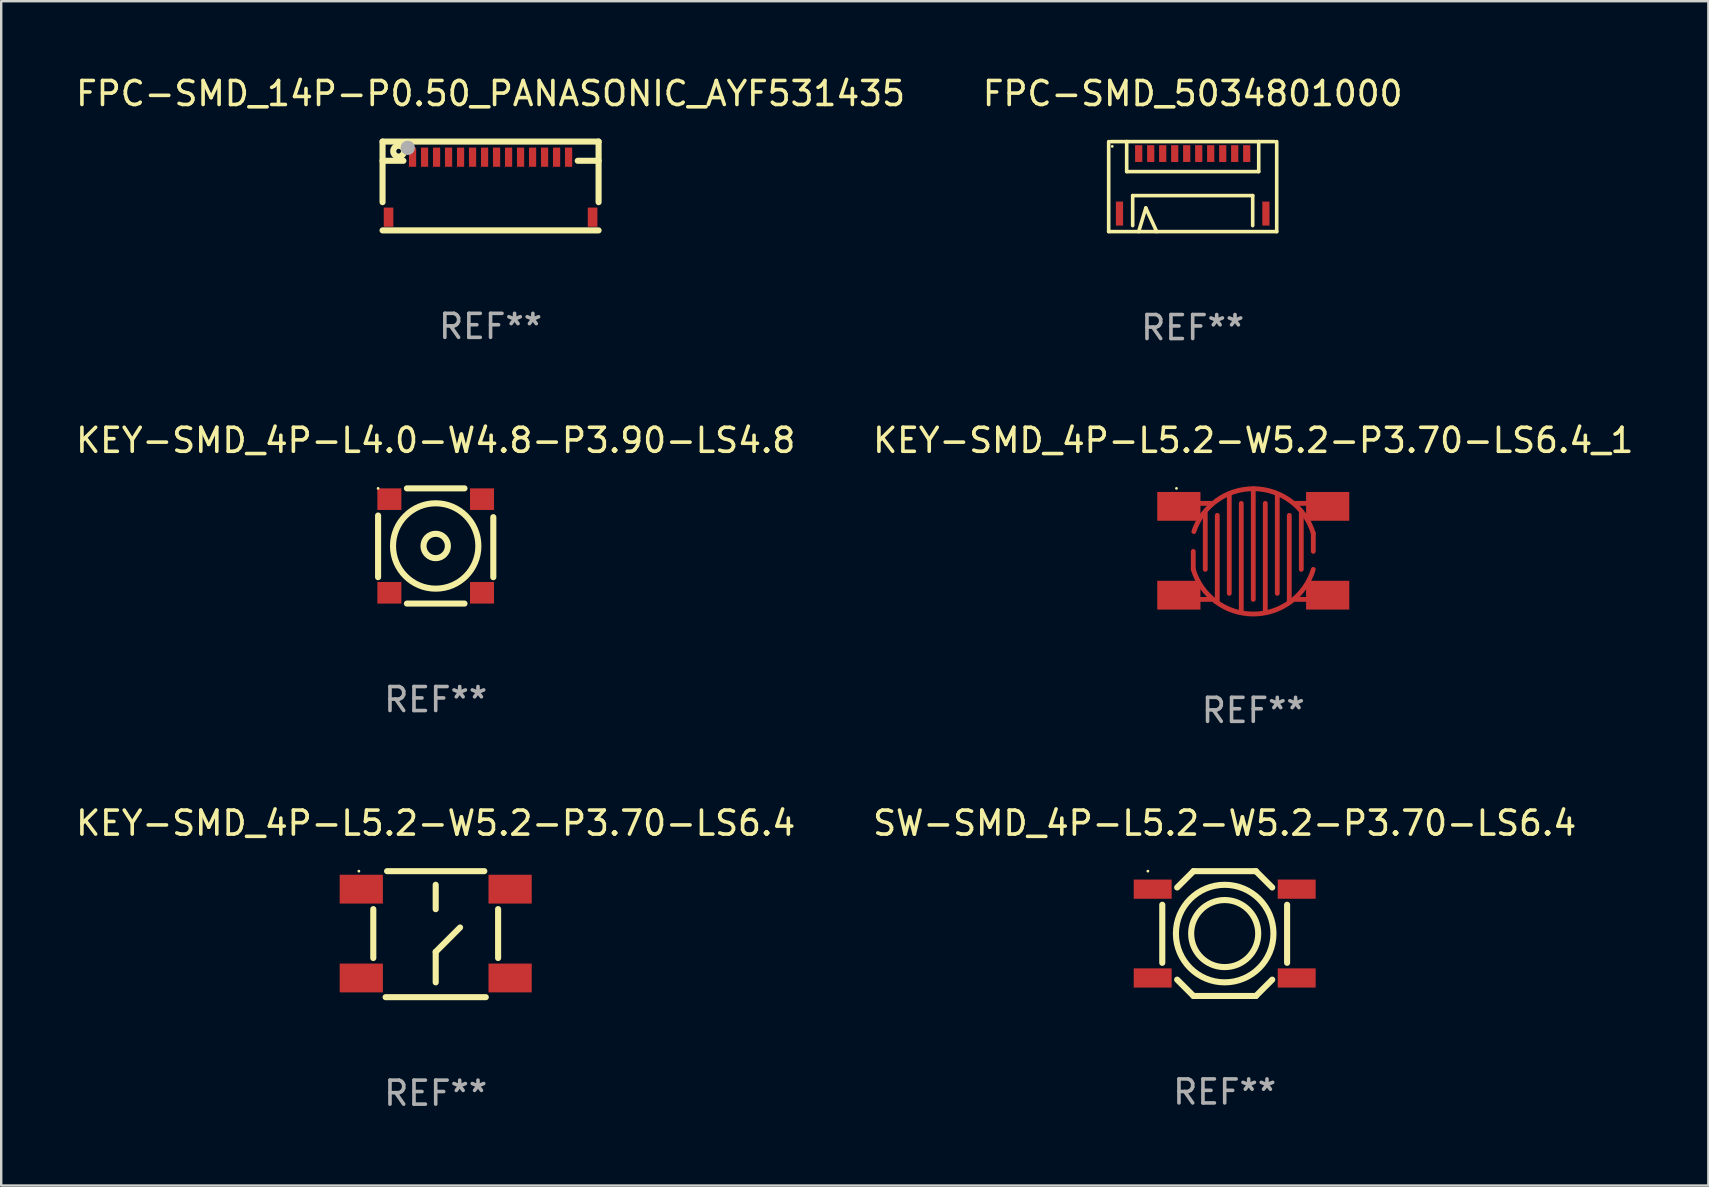
<source format=kicad_pcb>
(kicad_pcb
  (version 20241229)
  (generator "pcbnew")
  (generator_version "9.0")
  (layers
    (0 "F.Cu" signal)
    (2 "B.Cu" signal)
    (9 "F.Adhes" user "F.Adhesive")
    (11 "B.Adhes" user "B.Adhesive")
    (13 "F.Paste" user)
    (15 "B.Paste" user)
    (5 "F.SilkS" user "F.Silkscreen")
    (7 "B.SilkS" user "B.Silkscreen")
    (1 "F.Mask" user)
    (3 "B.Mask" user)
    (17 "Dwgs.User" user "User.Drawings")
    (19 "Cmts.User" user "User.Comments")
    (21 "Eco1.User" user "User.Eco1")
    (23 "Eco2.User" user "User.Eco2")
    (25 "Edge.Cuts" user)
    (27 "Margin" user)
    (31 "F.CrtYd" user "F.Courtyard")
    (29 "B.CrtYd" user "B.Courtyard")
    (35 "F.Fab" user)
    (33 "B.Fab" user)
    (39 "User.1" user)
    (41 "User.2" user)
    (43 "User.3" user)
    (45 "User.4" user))
  (footprint "FPC-SMD_5034801000"
    (layer "F.Cu")
    (at 46.637 4.723)
    (property "Reference" "FPC-SMD_5034801000" (at 0 -3.875 0) (layer "F.SilkS") (effects (font (size 1 1) (thickness 0.15))))
    (attr through_hole)
    (fp_line (start -3.5 -1.875) (end -3.5 1.875) (stroke (width 0.15) (type solid)) (layer "F.SilkS"))
    (fp_line (start -3.5 1.875) (end 3.5 1.875) (stroke (width 0.15) (type solid)) (layer "F.SilkS"))
    (fp_line (start -3.4 -1.875) (end 3.4 -1.875) (stroke (width 0.15) (type solid)) (layer "F.SilkS"))
    (fp_line (start -2.75 -1.875) (end -2.75 -0.625) (stroke (width 0.15) (type solid)) (layer "F.SilkS"))
    (fp_line (start -2.75 -0.625) (end 2.75 -0.625) (stroke (width 0.15) (type solid)) (layer "F.SilkS"))
    (fp_line (start -2.5 0.375) (end -2.5 1.625) (stroke (width 0.15) (type solid)) (layer "F.SilkS"))
    (fp_line (start -2.5 0.375) (end 2.5 0.375) (stroke (width 0.15) (type solid)) (layer "F.SilkS"))
    (fp_line (start -1.953 0.891) (end -2.25 1.875) (stroke (width 0.15) (type solid)) (layer "F.SilkS"))
    (fp_line (start -1.5 1.875) (end -1.953 0.891) (stroke (width 0.15) (type solid)) (layer "F.SilkS"))
    (fp_line (start 2.5 0.375) (end 2.5 1.625) (stroke (width 0.15) (type solid)) (layer "F.SilkS"))
    (fp_line (start 2.75 -0.625) (end 2.75 -1.875) (stroke (width 0.15) (type solid)) (layer "F.SilkS"))
    (fp_line (start 3.5 -1.875) (end 3.5 1.875) (stroke (width 0.15) (type solid)) (layer "F.SilkS"))
    (fp_circle (center -3.351 -1.675) (end -3.321 -1.675) (stroke (width 0.06) (type solid)) (fill no) (layer "F.SilkS"))
    (fp_text user "REF**" (at 0 5.875 0) (layer "F.Fab") (effects (font (size 1 1) (thickness 0.15))))
    (pad "1" smd rect (at -2.25 -1.375 180) (size 0.3 0.7) (layers "F.Cu" "F.Mask" "F.Paste"))
    (pad "2" smd rect (at -1.749 -1.375 180) (size 0.3 0.7) (layers "F.Cu" "F.Mask" "F.Paste"))
    (pad "3" smd rect (at -1.25 -1.375 180) (size 0.3 0.7) (layers "F.Cu" "F.Mask" "F.Paste"))
    (pad "4" smd rect (at -0.749 -1.375 180) (size 0.3 0.7) (layers "F.Cu" "F.Mask" "F.Paste"))
    (pad "5" smd rect (at -0.25 -1.375 180) (size 0.3 0.7) (layers "F.Cu" "F.Mask" "F.Paste"))
    (pad "6" smd rect (at 0.251 -1.375 180) (size 0.3 0.7) (layers "F.Cu" "F.Mask" "F.Paste"))
    (pad "7" smd rect (at 0.75 -1.375 180) (size 0.3 0.7) (layers "F.Cu" "F.Mask" "F.Paste"))
    (pad "8" smd rect (at 1.251 -1.375 180) (size 0.3 0.7) (layers "F.Cu" "F.Mask" "F.Paste"))
    (pad "9" smd rect (at 1.75 -1.375 180) (size 0.3 0.7) (layers "F.Cu" "F.Mask" "F.Paste"))
    (pad "10" smd rect (at 2.25 -1.375 180) (size 0.3 0.7) (layers "F.Cu" "F.Mask" "F.Paste"))
    (pad "11" smd rect (at -3.05 1.125) (size 0.3 1) (layers "F.Cu" "F.Mask" "F.Paste"))
    (pad "12" smd rect (at 3.05 1.125 180) (size 0.3 1) (layers "F.Cu" "F.Mask" "F.Paste")))
  (footprint "KEY-SMD_4P-L4.0-W4.8-P3.90-LS4.8"
    (layer "F.Cu")
    (at 15.101 19.695)
    (property "Reference" "KEY-SMD_4P-L4.0-W4.8-P3.90-LS4.8" (at 0 -4.4 0) (layer "F.SilkS") (effects (font (size 1 1) (thickness 0.15))))
    (attr through_hole)
    (fp_line (start -2.4 -1.269) (end -2.4 1.3) (stroke (width 0.254) (type solid)) (layer "F.SilkS"))
    (fp_line (start -1.199 -2.4) (end 1.199 -2.4) (stroke (width 0.254) (type solid)) (layer "F.SilkS"))
    (fp_line (start 1.199 2.4) (end -1.199 2.4) (stroke (width 0.254) (type solid)) (layer "F.SilkS"))
    (fp_line (start 2.4 -1.2) (end 2.4 1.3) (stroke (width 0.254) (type solid)) (layer "F.SilkS"))
    (fp_circle (center -2.4 -2.4) (end -2.37 -2.4) (stroke (width 0.06) (type solid)) (fill no) (layer "F.SilkS"))
    (fp_circle (center -0.000127 0) (end 0.508 0) (stroke (width 0.254) (type solid)) (fill no) (layer "F.SilkS"))
    (fp_circle (center -0.000127 0) (end 1.778 0) (stroke (width 0.254) (type solid)) (fill no) (layer "F.SilkS"))
    (fp_text user "REF**" (at 0 6.4 0) (layer "F.Fab") (effects (font (size 1 1) (thickness 0.15))))
    (pad "1" smd rect (at -1.93 -1.95) (size 1 0.9) (layers "F.Cu" "F.Mask" "F.Paste"))
    (pad "2" smd rect (at -1.93 1.95) (size 1 0.9) (layers "F.Cu" "F.Mask" "F.Paste"))
    (pad "3" smd rect (at 1.93 -1.95) (size 1 0.9) (layers "F.Cu" "F.Mask" "F.Paste"))
    (pad "4" smd rect (at 1.93 1.95) (size 1 0.9) (layers "F.Cu" "F.Mask" "F.Paste")))
  (footprint "SW-SMD_4P-L5.2-W5.2-P3.70-LS6.4"
    (layer "F.Cu")
    (at 47.97 35.842)
    (property "Reference" "SW-SMD_4P-L5.2-W5.2-P3.70-LS6.4" (at 0 -4.6 0) (layer "F.SilkS") (effects (font (size 1 1) (thickness 0.15))))
    (attr through_hole)
    (fp_line (start -2.6 -1.2) (end -2.6 1.219) (stroke (width 0.254) (type solid)) (layer "F.SilkS"))
    (fp_line (start -1.98 1.92) (end -1.3 2.6) (stroke (width 0.254) (type solid)) (layer "F.SilkS"))
    (fp_line (start -1.3 -2.6) (end -1.98 -1.92) (stroke (width 0.254) (type solid)) (layer "F.SilkS"))
    (fp_line (start -1.3 2.6) (end 1.3 2.6) (stroke (width 0.254) (type solid)) (layer "F.SilkS"))
    (fp_line (start 1.3 -2.6) (end -1.3 -2.6) (stroke (width 0.254) (type solid)) (layer "F.SilkS"))
    (fp_line (start 1.3 2.6) (end 1.98 1.92) (stroke (width 0.254) (type solid)) (layer "F.SilkS"))
    (fp_line (start 1.98 -1.92) (end 1.3 -2.6) (stroke (width 0.254) (type solid)) (layer "F.SilkS"))
    (fp_line (start 2.6 -1.2) (end 2.6 1.219) (stroke (width 0.254) (type solid)) (layer "F.SilkS"))
    (fp_circle (center -3.2 -2.6) (end -3.17 -2.6) (stroke (width 0.06) (type solid)) (fill no) (layer "F.SilkS"))
    (fp_circle (center 0 0) (end 1.397 0) (stroke (width 0.254) (type solid)) (fill no) (layer "F.SilkS"))
    (fp_circle (center 0 0) (end 2.032 0) (stroke (width 0.254) (type solid)) (fill no) (layer "F.SilkS"))
    (fp_text user "REF**" (at 0 6.6 0) (layer "F.Fab") (effects (font (size 1 1) (thickness 0.15))))
    (pad "1" smd rect (at -3 -1.85) (size 1.58 0.8) (layers "F.Cu" "F.Mask" "F.Paste"))
    (pad "2" smd rect (at 3 -1.85) (size 1.58 0.8) (layers "F.Cu" "F.Mask" "F.Paste"))
    (pad "3" smd rect (at -3 1.85) (size 1.58 0.8) (layers "F.Cu" "F.Mask" "F.Paste"))
    (pad "4" smd rect (at 3 1.85) (size 1.58 0.8) (layers "F.Cu" "F.Mask" "F.Paste")))
  (footprint "FPC-SMD_14P-P0.50_PANASONIC_AYF531435"
    (layer "F.Cu")
    (at 17.387 4.698)
    (property "Reference" "FPC-SMD_14P-P0.50_PANASONIC_AYF531435" (at 0 -3.85 0) (layer "F.SilkS") (effects (font (size 1 1) (thickness 0.15))))
    (attr through_hole)
    (fp_line (start -4.5 -1.85) (end 4.5 -1.85) (stroke (width 0.254) (type solid)) (layer "F.SilkS"))
    (fp_line (start -4.5 0.674) (end -4.5 -1.85) (stroke (width 0.254) (type solid)) (layer "F.SilkS"))
    (fp_line (start -4.5 1.85) (end 4.5 1.85) (stroke (width 0.254) (type solid)) (layer "F.SilkS"))
    (fp_line (start -3.631 -1.05) (end -4.5 -1.05) (stroke (width 0.254) (type solid)) (layer "F.SilkS"))
    (fp_line (start 3.631 -1.05) (end 4.5 -1.05) (stroke (width 0.254) (type solid)) (layer "F.SilkS"))
    (fp_line (start 4.5 -1.85) (end 4.5 0.674) (stroke (width 0.254) (type solid)) (layer "F.SilkS"))
    (fp_circle (center -4.5 -1.85) (end -4.47 -1.85) (stroke (width 0.06) (type solid)) (fill no) (layer "F.SilkS"))
    (fp_circle (center -3.83 -1.45) (end -3.731 -1.45) (stroke (width 0.254) (type solid)) (fill no) (layer "F.SilkS"))
    (fp_circle (center -3.45 -1.59) (end -3.3 -1.59) (stroke (width 0.3) (type solid)) (fill no) (layer "F.Fab"))
    (fp_text user "REF**" (at 0 5.85 0) (layer "F.Fab") (effects (font (size 1 1) (thickness 0.15))))
    (pad "1" smd rect (at -3.25 -1.2) (size 0.3 0.8) (layers "F.Cu" "F.Mask" "F.Paste"))
    (pad "2" smd rect (at -2.75 -1.2) (size 0.3 0.8) (layers "F.Cu" "F.Mask" "F.Paste"))
    (pad "3" smd rect (at -2.25 -1.2) (size 0.3 0.8) (layers "F.Cu" "F.Mask" "F.Paste"))
    (pad "4" smd rect (at -1.75 -1.2) (size 0.3 0.8) (layers "F.Cu" "F.Mask" "F.Paste"))
    (pad "5" smd rect (at -1.25 -1.2) (size 0.3 0.8) (layers "F.Cu" "F.Mask" "F.Paste"))
    (pad "6" smd rect (at -0.75 -1.2) (size 0.3 0.8) (layers "F.Cu" "F.Mask" "F.Paste"))
    (pad "7" smd rect (at -0.25 -1.2) (size 0.3 0.8) (layers "F.Cu" "F.Mask" "F.Paste"))
    (pad "8" smd rect (at 0.25 -1.2) (size 0.3 0.8) (layers "F.Cu" "F.Mask" "F.Paste"))
    (pad "9" smd rect (at 0.75 -1.2) (size 0.3 0.8) (layers "F.Cu" "F.Mask" "F.Paste"))
    (pad "10" smd rect (at 1.25 -1.2) (size 0.3 0.8) (layers "F.Cu" "F.Mask" "F.Paste"))
    (pad "11" smd rect (at 1.75 -1.2) (size 0.3 0.8) (layers "F.Cu" "F.Mask" "F.Paste"))
    (pad "12" smd rect (at 2.25 -1.2) (size 0.3 0.8) (layers "F.Cu" "F.Mask" "F.Paste"))
    (pad "13" smd rect (at 2.75 -1.2) (size 0.3 0.8) (layers "F.Cu" "F.Mask" "F.Paste"))
    (pad "14" smd rect (at 3.25 -1.2) (size 0.3 0.8) (layers "F.Cu" "F.Mask" "F.Paste"))
    (pad "15" smd rect (at 4.25 1.3) (size 0.4 0.8) (layers "F.Cu" "F.Mask" "F.Paste"))
    (pad "16" smd rect (at -4.25 1.3) (size 0.4 0.8) (layers "F.Cu" "F.Mask" "F.Paste")))
  (footprint "KEY-SMD_4P-L5.2-W5.2-P3.70-LS6.4"
    (layer "F.Cu")
    (at 15.101 35.867)
    (property "Reference" "KEY-SMD_4P-L5.2-W5.2-P3.70-LS6.4" (at 0 -4.625 0) (layer "F.SilkS") (effects (font (size 1 1) (thickness 0.15))))
    (attr through_hole)
    (fp_line (start -2.6 -1.044) (end -2.6 0.994) (stroke (width 0.254) (type solid)) (layer "F.SilkS"))
    (fp_line (start -2.087 2.625) (end 2.087 2.625) (stroke (width 0.254) (type solid)) (layer "F.SilkS"))
    (fp_line (start -2.025 -2.625) (end 2.025 -2.625) (stroke (width 0.254) (type solid)) (layer "F.SilkS"))
    (fp_line (start 0 -2.057) (end 0 -1.041) (stroke (width 0.254) (type solid)) (layer "F.SilkS"))
    (fp_line (start 0 0.737) (end 1.016 -0.279) (stroke (width 0.254) (type solid)) (layer "F.SilkS"))
    (fp_line (start 0 2.007) (end 0 0.737) (stroke (width 0.254) (type solid)) (layer "F.SilkS"))
    (fp_line (start 2.6 0.994) (end 2.6 -1.044) (stroke (width 0.254) (type solid)) (layer "F.SilkS"))
    (fp_circle (center -3.2 -2.625) (end -3.17 -2.625) (stroke (width 0.06) (type solid)) (fill no) (layer "F.SilkS"))
    (fp_text user "REF**" (at 0 6.625 0) (layer "F.Fab") (effects (font (size 1 1) (thickness 0.15))))
    (pad "1" smd rect (at -3.1 -1.875) (size 1.8 1.2) (layers "F.Cu" "F.Mask" "F.Paste"))
    (pad "2" smd rect (at 3.1 -1.875) (size 1.8 1.2) (layers "F.Cu" "F.Mask" "F.Paste"))
    (pad "3" smd rect (at -3.1 1.825) (size 1.8 1.2) (layers "F.Cu" "F.Mask" "F.Paste"))
    (pad "4" smd rect (at 3.1 1.825) (size 1.8 1.2) (layers "F.Cu" "F.Mask" "F.Paste")))
  (footprint "KEY-SMD_4P-L5.2-W5.2-P3.70-LS6.4_1"
    (layer "F.Cu")
    (at 49.161 19.92)
    (property "Reference" "KEY-SMD_4P-L5.2-W5.2-P3.70-LS6.4_1" (at 0 -4.625 0) (layer "F.SilkS") (effects (font (size 1 1) (thickness 0.15))))
    (attr through_hole)
    (fp_line (start -2.5 2) (end -1.75 2) (stroke (width 0.2) (type default)) (layer "F.Cu"))
    (fp_line (start -2.5 0.75) (end -2.5 0) (stroke (width 0.2) (type default)) (layer "F.Cu"))
    (fp_line (start -2 -1.6) (end -2 0.75) (stroke (width 0.2) (type default)) (layer "F.Cu"))
    (fp_line (start -1.75 -2) (end -2.5 -2) (stroke (width 0.2) (type default)) (layer "F.Cu"))
    (fp_line (start -1.5 2.1) (end -1.5 -1.5) (stroke (width 0.2) (type default)) (layer "F.Cu"))
    (fp_line (start -1 -2.4) (end -1 1.75) (stroke (width 0.2) (type default)) (layer "F.Cu"))
    (fp_line (start -0.5 2.5) (end -0.5 -2) (stroke (width 0.2) (type default)) (layer "F.Cu"))
    (fp_line (start 0 -2.61) (end 0 2) (stroke (width 0.2) (type default)) (layer "F.Cu"))
    (fp_line (start 0.5 2.5) (end 0.5 -2) (stroke (width 0.2) (type default)) (layer "F.Cu"))
    (fp_line (start 1 -2.35) (end 1 1.75) (stroke (width 0.2) (type default)) (layer "F.Cu"))
    (fp_line (start 1.5 2.1) (end 1.5 -1.5) (stroke (width 0.2) (type default)) (layer "F.Cu"))
    (fp_line (start 1.75 2) (end 2.5 2) (stroke (width 0.2) (type default)) (layer "F.Cu"))
    (fp_line (start 2 -1.6) (end 2 0.75) (stroke (width 0.2) (type default)) (layer "F.Cu"))
    (fp_line (start 2.5 -0.75) (end 2.5 0) (stroke (width 0.2) (type default)) (layer "F.Cu"))
    (fp_line (start 2.5 -2) (end 1.75 -2) (stroke (width 0.2) (type default)) (layer "F.Cu"))
    (fp_arc (start -2.476136 -0.825379) (mid 0.039533 -2.609777) (end 2.499999 -0.75) (stroke (width 0.2) (type default)) (layer "F.Cu"))
    (fp_arc (start 2.499999 0.75) (mid 0 2.610076) (end -2.499999 0.75) (stroke (width 0.2) (type default)) (layer "F.Cu"))
    (fp_circle (center 0 0) (end 2.65 0) (stroke (width 0.12) (type solid)) (fill yes) (layer "F.Mask"))
    (fp_circle (center -3.2 -2.625) (end -3.17 -2.625) (stroke (width 0.06) (type solid)) (fill no) (layer "F.SilkS"))
    (fp_text user "REF**" (at 0 6.625 0) (layer "F.Fab") (effects (font (size 1 1) (thickness 0.15))))
    (pad "1" smd rect (at -3.1 -1.875) (size 1.8 1.2) (layers "F.Cu" "F.Mask" "F.Paste"))
    (pad "2" smd rect (at 3.1 -1.875) (size 1.8 1.2) (layers "F.Cu" "F.Mask" "F.Paste"))
    (pad "3" smd rect (at -3.1 1.825) (size 1.8 1.2) (layers "F.Cu" "F.Mask" "F.Paste"))
    (pad "4" smd rect (at 3.1 1.825) (size 1.8 1.2) (layers "F.Cu" "F.Mask" "F.Paste")))
  (gr_rect
    (start -3 -3)
    (end 68.119 46.34)
    (stroke (width 0.1) (type default))
    (fill no)
    (layer "Edge.Cuts")))
</source>
